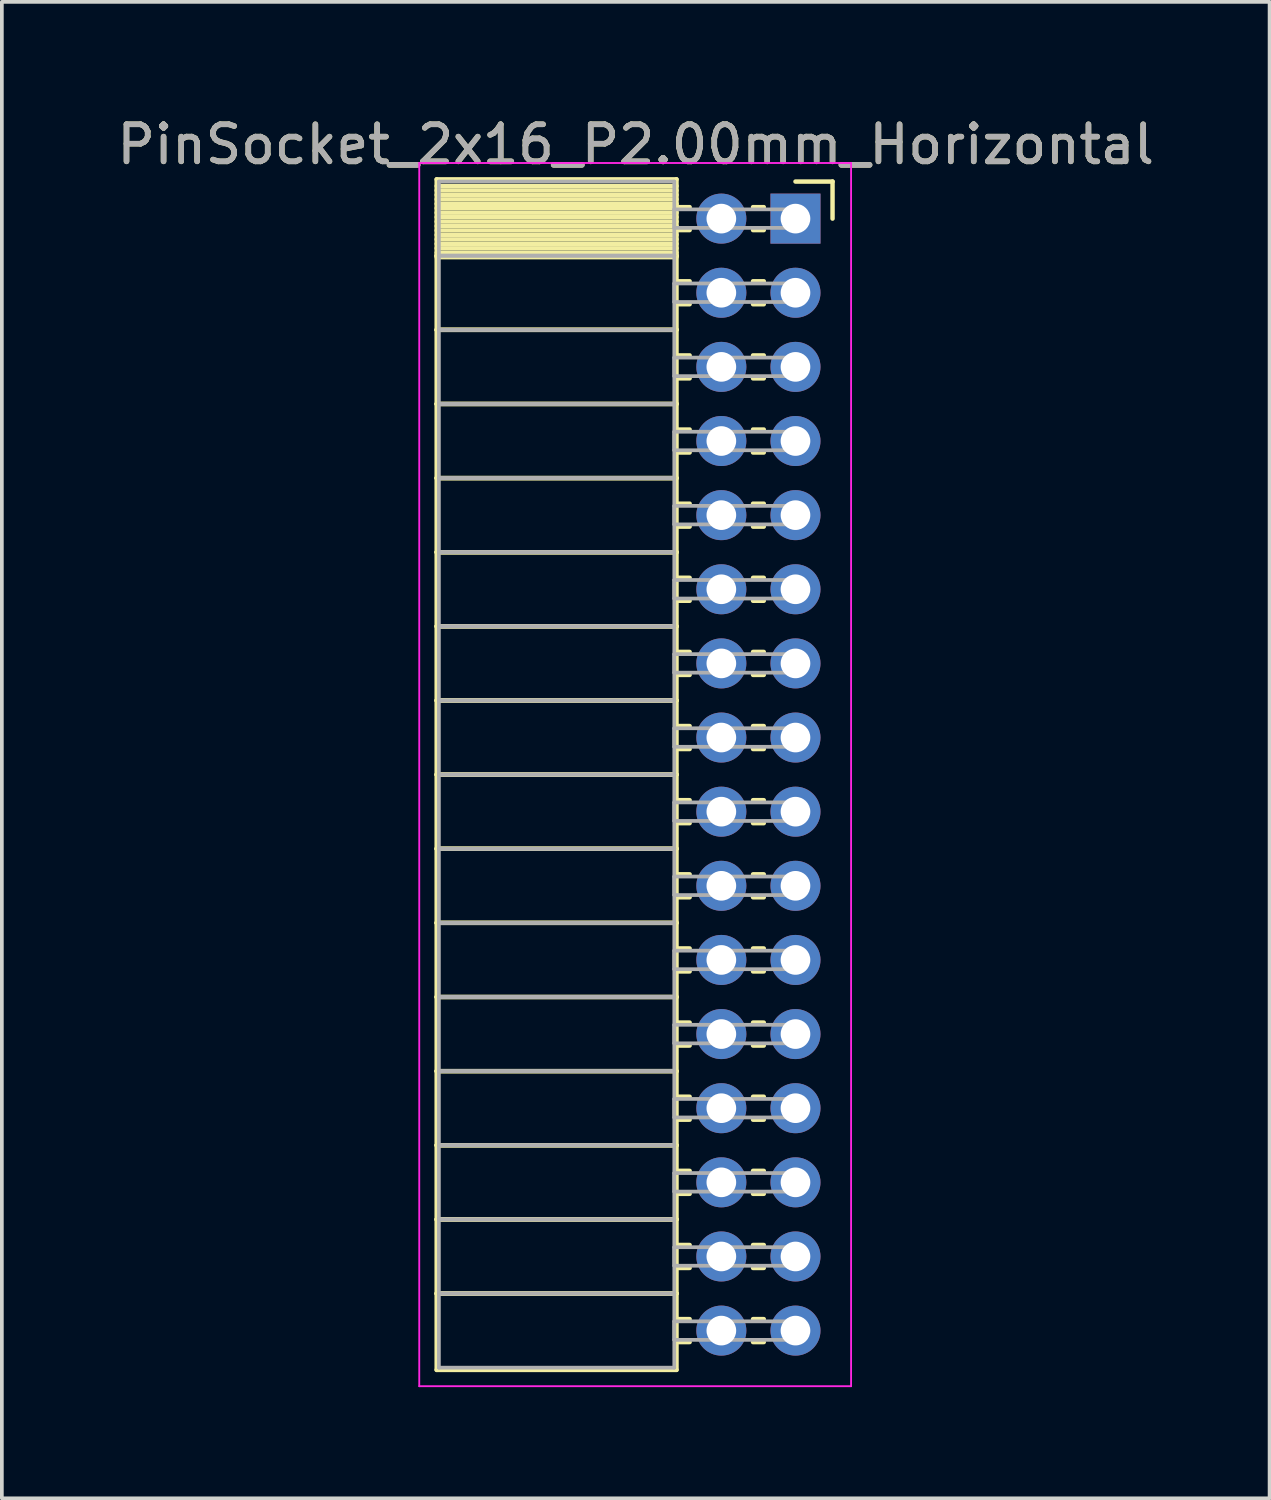
<source format=kicad_pcb>
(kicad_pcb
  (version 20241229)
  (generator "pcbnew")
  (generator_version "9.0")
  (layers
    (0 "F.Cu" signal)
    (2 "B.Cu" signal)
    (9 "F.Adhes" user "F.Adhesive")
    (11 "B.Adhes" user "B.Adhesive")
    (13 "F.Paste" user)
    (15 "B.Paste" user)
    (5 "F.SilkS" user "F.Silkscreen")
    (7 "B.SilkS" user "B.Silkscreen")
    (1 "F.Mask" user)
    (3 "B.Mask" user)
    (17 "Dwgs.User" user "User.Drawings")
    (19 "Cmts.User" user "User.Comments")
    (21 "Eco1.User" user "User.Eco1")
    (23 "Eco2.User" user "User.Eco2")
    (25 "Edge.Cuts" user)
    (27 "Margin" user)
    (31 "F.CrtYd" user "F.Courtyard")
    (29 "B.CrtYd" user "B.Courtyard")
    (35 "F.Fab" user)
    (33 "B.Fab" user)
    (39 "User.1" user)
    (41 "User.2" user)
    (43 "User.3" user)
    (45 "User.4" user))
  (footprint "PinSocket_2x16_P2.00mm_Horizontal"
    (layer "F.Cu")
    (at 18.411 2.848)
    (property "Reference" "PinSocket_2x16_P2.00mm_Horizontal" (at -4.31 -2 0) (layer "F.SilkS") (effects (font (size 1 1) (thickness 0.15))))
    (attr through_hole)
    (fp_line (start -9.68 -1.06) (end -3.21 -1.06) (stroke (width 0.12) (type solid)) (layer "F.SilkS"))
    (fp_line (start -9.68 1) (end -9.68 -1.06) (stroke (width 0.12) (type solid)) (layer "F.SilkS"))
    (fp_line (start -9.68 1) (end -3.21 1) (stroke (width 0.12) (type solid)) (layer "F.SilkS"))
    (fp_line (start -9.68 3) (end -9.68 1) (stroke (width 0.12) (type solid)) (layer "F.SilkS"))
    (fp_line (start -9.68 3) (end -3.21 3) (stroke (width 0.12) (type solid)) (layer "F.SilkS"))
    (fp_line (start -9.68 5) (end -9.68 3) (stroke (width 0.12) (type solid)) (layer "F.SilkS"))
    (fp_line (start -9.68 5) (end -3.21 5) (stroke (width 0.12) (type solid)) (layer "F.SilkS"))
    (fp_line (start -9.68 7) (end -9.68 5) (stroke (width 0.12) (type solid)) (layer "F.SilkS"))
    (fp_line (start -9.68 7) (end -3.21 7) (stroke (width 0.12) (type solid)) (layer "F.SilkS"))
    (fp_line (start -9.68 9) (end -9.68 7) (stroke (width 0.12) (type solid)) (layer "F.SilkS"))
    (fp_line (start -9.68 9) (end -3.21 9) (stroke (width 0.12) (type solid)) (layer "F.SilkS"))
    (fp_line (start -9.68 11) (end -9.68 9) (stroke (width 0.12) (type solid)) (layer "F.SilkS"))
    (fp_line (start -9.68 11) (end -3.21 11) (stroke (width 0.12) (type solid)) (layer "F.SilkS"))
    (fp_line (start -9.68 13) (end -9.68 11) (stroke (width 0.12) (type solid)) (layer "F.SilkS"))
    (fp_line (start -9.68 13) (end -3.21 13) (stroke (width 0.12) (type solid)) (layer "F.SilkS"))
    (fp_line (start -9.68 15) (end -9.68 13) (stroke (width 0.12) (type solid)) (layer "F.SilkS"))
    (fp_line (start -9.68 15) (end -3.21 15) (stroke (width 0.12) (type solid)) (layer "F.SilkS"))
    (fp_line (start -9.68 17) (end -9.68 15) (stroke (width 0.12) (type solid)) (layer "F.SilkS"))
    (fp_line (start -9.68 17) (end -3.21 17) (stroke (width 0.12) (type solid)) (layer "F.SilkS"))
    (fp_line (start -9.68 19) (end -9.68 17) (stroke (width 0.12) (type solid)) (layer "F.SilkS"))
    (fp_line (start -9.68 19) (end -3.21 19) (stroke (width 0.12) (type solid)) (layer "F.SilkS"))
    (fp_line (start -9.68 21) (end -9.68 19) (stroke (width 0.12) (type solid)) (layer "F.SilkS"))
    (fp_line (start -9.68 21) (end -3.21 21) (stroke (width 0.12) (type solid)) (layer "F.SilkS"))
    (fp_line (start -9.68 23) (end -9.68 21) (stroke (width 0.12) (type solid)) (layer "F.SilkS"))
    (fp_line (start -9.68 23) (end -3.21 23) (stroke (width 0.12) (type solid)) (layer "F.SilkS"))
    (fp_line (start -9.68 25) (end -9.68 23) (stroke (width 0.12) (type solid)) (layer "F.SilkS"))
    (fp_line (start -9.68 25) (end -3.21 25) (stroke (width 0.12) (type solid)) (layer "F.SilkS"))
    (fp_line (start -9.68 27) (end -9.68 25) (stroke (width 0.12) (type solid)) (layer "F.SilkS"))
    (fp_line (start -9.68 27) (end -3.21 27) (stroke (width 0.12) (type solid)) (layer "F.SilkS"))
    (fp_line (start -9.68 29) (end -9.68 27) (stroke (width 0.12) (type solid)) (layer "F.SilkS"))
    (fp_line (start -9.68 29) (end -3.21 29) (stroke (width 0.12) (type solid)) (layer "F.SilkS"))
    (fp_line (start -9.68 31.06) (end -9.68 29) (stroke (width 0.12) (type solid)) (layer "F.SilkS"))
    (fp_line (start -3.21 -1.06) (end -3.21 1) (stroke (width 0.12) (type solid)) (layer "F.SilkS"))
    (fp_line (start -3.21 -0.88) (end -9.68 -0.88) (stroke (width 0.12) (type solid)) (layer "F.SilkS"))
    (fp_line (start -3.21 -0.76) (end -9.68 -0.76) (stroke (width 0.12) (type solid)) (layer "F.SilkS"))
    (fp_line (start -3.21 -0.64) (end -9.68 -0.64) (stroke (width 0.12) (type solid)) (layer "F.SilkS"))
    (fp_line (start -3.21 -0.52) (end -9.68 -0.52) (stroke (width 0.12) (type solid)) (layer "F.SilkS"))
    (fp_line (start -3.21 -0.4) (end -9.68 -0.4) (stroke (width 0.12) (type solid)) (layer "F.SilkS"))
    (fp_line (start -3.21 -0.28) (end -9.68 -0.28) (stroke (width 0.12) (type solid)) (layer "F.SilkS"))
    (fp_line (start -3.21 -0.16) (end -9.68 -0.16) (stroke (width 0.12) (type solid)) (layer "F.SilkS"))
    (fp_line (start -3.21 -0.04) (end -9.68 -0.04) (stroke (width 0.12) (type solid)) (layer "F.SilkS"))
    (fp_line (start -3.21 0.08) (end -9.68 0.08) (stroke (width 0.12) (type solid)) (layer "F.SilkS"))
    (fp_line (start -3.21 0.2) (end -9.68 0.2) (stroke (width 0.12) (type solid)) (layer "F.SilkS"))
    (fp_line (start -3.21 0.32) (end -9.68 0.32) (stroke (width 0.12) (type solid)) (layer "F.SilkS"))
    (fp_line (start -3.21 0.44) (end -9.68 0.44) (stroke (width 0.12) (type solid)) (layer "F.SilkS"))
    (fp_line (start -3.21 0.56) (end -9.68 0.56) (stroke (width 0.12) (type solid)) (layer "F.SilkS"))
    (fp_line (start -3.21 0.68) (end -9.68 0.68) (stroke (width 0.12) (type solid)) (layer "F.SilkS"))
    (fp_line (start -3.21 0.8) (end -9.68 0.8) (stroke (width 0.12) (type solid)) (layer "F.SilkS"))
    (fp_line (start -3.21 0.92) (end -9.68 0.92) (stroke (width 0.12) (type solid)) (layer "F.SilkS"))
    (fp_line (start -3.21 1) (end -9.68 1) (stroke (width 0.12) (type solid)) (layer "F.SilkS"))
    (fp_line (start -3.21 1) (end -3.21 3) (stroke (width 0.12) (type solid)) (layer "F.SilkS"))
    (fp_line (start -3.21 1.04) (end -9.68 1.04) (stroke (width 0.12) (type solid)) (layer "F.SilkS"))
    (fp_line (start -3.21 3) (end -9.68 3) (stroke (width 0.12) (type solid)) (layer "F.SilkS"))
    (fp_line (start -3.21 3) (end -3.21 5) (stroke (width 0.12) (type solid)) (layer "F.SilkS"))
    (fp_line (start -3.21 5) (end -9.68 5) (stroke (width 0.12) (type solid)) (layer "F.SilkS"))
    (fp_line (start -3.21 5) (end -3.21 7) (stroke (width 0.12) (type solid)) (layer "F.SilkS"))
    (fp_line (start -3.21 7) (end -9.68 7) (stroke (width 0.12) (type solid)) (layer "F.SilkS"))
    (fp_line (start -3.21 7) (end -3.21 9) (stroke (width 0.12) (type solid)) (layer "F.SilkS"))
    (fp_line (start -3.21 9) (end -9.68 9) (stroke (width 0.12) (type solid)) (layer "F.SilkS"))
    (fp_line (start -3.21 9) (end -3.21 11) (stroke (width 0.12) (type solid)) (layer "F.SilkS"))
    (fp_line (start -3.21 11) (end -9.68 11) (stroke (width 0.12) (type solid)) (layer "F.SilkS"))
    (fp_line (start -3.21 11) (end -3.21 13) (stroke (width 0.12) (type solid)) (layer "F.SilkS"))
    (fp_line (start -3.21 13) (end -9.68 13) (stroke (width 0.12) (type solid)) (layer "F.SilkS"))
    (fp_line (start -3.21 13) (end -3.21 15) (stroke (width 0.12) (type solid)) (layer "F.SilkS"))
    (fp_line (start -3.21 15) (end -9.68 15) (stroke (width 0.12) (type solid)) (layer "F.SilkS"))
    (fp_line (start -3.21 15) (end -3.21 17) (stroke (width 0.12) (type solid)) (layer "F.SilkS"))
    (fp_line (start -3.21 17) (end -9.68 17) (stroke (width 0.12) (type solid)) (layer "F.SilkS"))
    (fp_line (start -3.21 17) (end -3.21 19) (stroke (width 0.12) (type solid)) (layer "F.SilkS"))
    (fp_line (start -3.21 19) (end -9.68 19) (stroke (width 0.12) (type solid)) (layer "F.SilkS"))
    (fp_line (start -3.21 19) (end -3.21 21) (stroke (width 0.12) (type solid)) (layer "F.SilkS"))
    (fp_line (start -3.21 21) (end -9.68 21) (stroke (width 0.12) (type solid)) (layer "F.SilkS"))
    (fp_line (start -3.21 21) (end -3.21 23) (stroke (width 0.12) (type solid)) (layer "F.SilkS"))
    (fp_line (start -3.21 23) (end -9.68 23) (stroke (width 0.12) (type solid)) (layer "F.SilkS"))
    (fp_line (start -3.21 23) (end -3.21 25) (stroke (width 0.12) (type solid)) (layer "F.SilkS"))
    (fp_line (start -3.21 25) (end -9.68 25) (stroke (width 0.12) (type solid)) (layer "F.SilkS"))
    (fp_line (start -3.21 25) (end -3.21 27) (stroke (width 0.12) (type solid)) (layer "F.SilkS"))
    (fp_line (start -3.21 27) (end -9.68 27) (stroke (width 0.12) (type solid)) (layer "F.SilkS"))
    (fp_line (start -3.21 27) (end -3.21 29) (stroke (width 0.12) (type solid)) (layer "F.SilkS"))
    (fp_line (start -3.21 29) (end -9.68 29) (stroke (width 0.12) (type solid)) (layer "F.SilkS"))
    (fp_line (start -3.21 29) (end -3.21 31.06) (stroke (width 0.12) (type solid)) (layer "F.SilkS"))
    (fp_line (start -3.21 31.06) (end -9.68 31.06) (stroke (width 0.12) (type solid)) (layer "F.SilkS"))
    (fp_line (start -2.855 -0.31) (end -3.21 -0.31) (stroke (width 0.12) (type solid)) (layer "F.SilkS"))
    (fp_line (start -2.855 0.31) (end -3.21 0.31) (stroke (width 0.12) (type solid)) (layer "F.SilkS"))
    (fp_line (start -2.855 1.69) (end -3.21 1.69) (stroke (width 0.12) (type solid)) (layer "F.SilkS"))
    (fp_line (start -2.855 2.31) (end -3.21 2.31) (stroke (width 0.12) (type solid)) (layer "F.SilkS"))
    (fp_line (start -2.855 3.69) (end -3.21 3.69) (stroke (width 0.12) (type solid)) (layer "F.SilkS"))
    (fp_line (start -2.855 4.31) (end -3.21 4.31) (stroke (width 0.12) (type solid)) (layer "F.SilkS"))
    (fp_line (start -2.855 5.69) (end -3.21 5.69) (stroke (width 0.12) (type solid)) (layer "F.SilkS"))
    (fp_line (start -2.855 6.31) (end -3.21 6.31) (stroke (width 0.12) (type solid)) (layer "F.SilkS"))
    (fp_line (start -2.855 7.69) (end -3.21 7.69) (stroke (width 0.12) (type solid)) (layer "F.SilkS"))
    (fp_line (start -2.855 8.31) (end -3.21 8.31) (stroke (width 0.12) (type solid)) (layer "F.SilkS"))
    (fp_line (start -2.855 9.69) (end -3.21 9.69) (stroke (width 0.12) (type solid)) (layer "F.SilkS"))
    (fp_line (start -2.855 10.31) (end -3.21 10.31) (stroke (width 0.12) (type solid)) (layer "F.SilkS"))
    (fp_line (start -2.855 11.69) (end -3.21 11.69) (stroke (width 0.12) (type solid)) (layer "F.SilkS"))
    (fp_line (start -2.855 12.31) (end -3.21 12.31) (stroke (width 0.12) (type solid)) (layer "F.SilkS"))
    (fp_line (start -2.855 13.69) (end -3.21 13.69) (stroke (width 0.12) (type solid)) (layer "F.SilkS"))
    (fp_line (start -2.855 14.31) (end -3.21 14.31) (stroke (width 0.12) (type solid)) (layer "F.SilkS"))
    (fp_line (start -2.855 15.69) (end -3.21 15.69) (stroke (width 0.12) (type solid)) (layer "F.SilkS"))
    (fp_line (start -2.855 16.31) (end -3.21 16.31) (stroke (width 0.12) (type solid)) (layer "F.SilkS"))
    (fp_line (start -2.855 17.69) (end -3.21 17.69) (stroke (width 0.12) (type solid)) (layer "F.SilkS"))
    (fp_line (start -2.855 18.31) (end -3.21 18.31) (stroke (width 0.12) (type solid)) (layer "F.SilkS"))
    (fp_line (start -2.855 19.69) (end -3.21 19.69) (stroke (width 0.12) (type solid)) (layer "F.SilkS"))
    (fp_line (start -2.855 20.31) (end -3.21 20.31) (stroke (width 0.12) (type solid)) (layer "F.SilkS"))
    (fp_line (start -2.855 21.69) (end -3.21 21.69) (stroke (width 0.12) (type solid)) (layer "F.SilkS"))
    (fp_line (start -2.855 22.31) (end -3.21 22.31) (stroke (width 0.12) (type solid)) (layer "F.SilkS"))
    (fp_line (start -2.855 23.69) (end -3.21 23.69) (stroke (width 0.12) (type solid)) (layer "F.SilkS"))
    (fp_line (start -2.855 24.31) (end -3.21 24.31) (stroke (width 0.12) (type solid)) (layer "F.SilkS"))
    (fp_line (start -2.855 25.69) (end -3.21 25.69) (stroke (width 0.12) (type solid)) (layer "F.SilkS"))
    (fp_line (start -2.855 26.31) (end -3.21 26.31) (stroke (width 0.12) (type solid)) (layer "F.SilkS"))
    (fp_line (start -2.855 27.69) (end -3.21 27.69) (stroke (width 0.12) (type solid)) (layer "F.SilkS"))
    (fp_line (start -2.855 28.31) (end -3.21 28.31) (stroke (width 0.12) (type solid)) (layer "F.SilkS"))
    (fp_line (start -2.855 29.69) (end -3.21 29.69) (stroke (width 0.12) (type solid)) (layer "F.SilkS"))
    (fp_line (start -2.855 30.31) (end -3.21 30.31) (stroke (width 0.12) (type solid)) (layer "F.SilkS"))
    (fp_line (start -0.855 -0.31) (end -1.145 -0.31) (stroke (width 0.12) (type solid)) (layer "F.SilkS"))
    (fp_line (start -0.855 0.31) (end -1.145 0.31) (stroke (width 0.12) (type solid)) (layer "F.SilkS"))
    (fp_line (start -0.855 1.69) (end -1.145 1.69) (stroke (width 0.12) (type solid)) (layer "F.SilkS"))
    (fp_line (start -0.855 2.31) (end -1.145 2.31) (stroke (width 0.12) (type solid)) (layer "F.SilkS"))
    (fp_line (start -0.855 3.69) (end -1.145 3.69) (stroke (width 0.12) (type solid)) (layer "F.SilkS"))
    (fp_line (start -0.855 4.31) (end -1.145 4.31) (stroke (width 0.12) (type solid)) (layer "F.SilkS"))
    (fp_line (start -0.855 5.69) (end -1.145 5.69) (stroke (width 0.12) (type solid)) (layer "F.SilkS"))
    (fp_line (start -0.855 6.31) (end -1.145 6.31) (stroke (width 0.12) (type solid)) (layer "F.SilkS"))
    (fp_line (start -0.855 7.69) (end -1.145 7.69) (stroke (width 0.12) (type solid)) (layer "F.SilkS"))
    (fp_line (start -0.855 8.31) (end -1.145 8.31) (stroke (width 0.12) (type solid)) (layer "F.SilkS"))
    (fp_line (start -0.855 9.69) (end -1.145 9.69) (stroke (width 0.12) (type solid)) (layer "F.SilkS"))
    (fp_line (start -0.855 10.31) (end -1.145 10.31) (stroke (width 0.12) (type solid)) (layer "F.SilkS"))
    (fp_line (start -0.855 11.69) (end -1.145 11.69) (stroke (width 0.12) (type solid)) (layer "F.SilkS"))
    (fp_line (start -0.855 12.31) (end -1.145 12.31) (stroke (width 0.12) (type solid)) (layer "F.SilkS"))
    (fp_line (start -0.855 13.69) (end -1.145 13.69) (stroke (width 0.12) (type solid)) (layer "F.SilkS"))
    (fp_line (start -0.855 14.31) (end -1.145 14.31) (stroke (width 0.12) (type solid)) (layer "F.SilkS"))
    (fp_line (start -0.855 15.69) (end -1.145 15.69) (stroke (width 0.12) (type solid)) (layer "F.SilkS"))
    (fp_line (start -0.855 16.31) (end -1.145 16.31) (stroke (width 0.12) (type solid)) (layer "F.SilkS"))
    (fp_line (start -0.855 17.69) (end -1.145 17.69) (stroke (width 0.12) (type solid)) (layer "F.SilkS"))
    (fp_line (start -0.855 18.31) (end -1.145 18.31) (stroke (width 0.12) (type solid)) (layer "F.SilkS"))
    (fp_line (start -0.855 19.69) (end -1.145 19.69) (stroke (width 0.12) (type solid)) (layer "F.SilkS"))
    (fp_line (start -0.855 20.31) (end -1.145 20.31) (stroke (width 0.12) (type solid)) (layer "F.SilkS"))
    (fp_line (start -0.855 21.69) (end -1.145 21.69) (stroke (width 0.12) (type solid)) (layer "F.SilkS"))
    (fp_line (start -0.855 22.31) (end -1.145 22.31) (stroke (width 0.12) (type solid)) (layer "F.SilkS"))
    (fp_line (start -0.855 23.69) (end -1.145 23.69) (stroke (width 0.12) (type solid)) (layer "F.SilkS"))
    (fp_line (start -0.855 24.31) (end -1.145 24.31) (stroke (width 0.12) (type solid)) (layer "F.SilkS"))
    (fp_line (start -0.855 25.69) (end -1.145 25.69) (stroke (width 0.12) (type solid)) (layer "F.SilkS"))
    (fp_line (start -0.855 26.31) (end -1.145 26.31) (stroke (width 0.12) (type solid)) (layer "F.SilkS"))
    (fp_line (start -0.855 27.69) (end -1.145 27.69) (stroke (width 0.12) (type solid)) (layer "F.SilkS"))
    (fp_line (start -0.855 28.31) (end -1.145 28.31) (stroke (width 0.12) (type solid)) (layer "F.SilkS"))
    (fp_line (start -0.855 29.69) (end -1.145 29.69) (stroke (width 0.12) (type solid)) (layer "F.SilkS"))
    (fp_line (start -0.855 30.31) (end -1.145 30.31) (stroke (width 0.12) (type solid)) (layer "F.SilkS"))
    (fp_line (start 0 -1) (end 1 -1) (stroke (width 0.12) (type solid)) (layer "F.SilkS"))
    (fp_line (start 1 -1) (end 1 0) (stroke (width 0.12) (type solid)) (layer "F.SilkS"))
    (fp_line (start -10.15 -1.5) (end 1.5 -1.5) (stroke (width 0.05) (type solid)) (layer "F.CrtYd"))
    (fp_line (start -10.15 31.5) (end -10.15 -1.5) (stroke (width 0.05) (type solid)) (layer "F.CrtYd"))
    (fp_line (start 1.5 -1.5) (end 1.5 31.5) (stroke (width 0.05) (type solid)) (layer "F.CrtYd"))
    (fp_line (start 1.5 31.5) (end -10.15 31.5) (stroke (width 0.05) (type solid)) (layer "F.CrtYd"))
    (fp_line (start -9.62 -1) (end -3.27 -1) (stroke (width 0.1) (type solid)) (layer "F.Fab"))
    (fp_line (start -9.62 1) (end -9.62 -1) (stroke (width 0.1) (type solid)) (layer "F.Fab"))
    (fp_line (start -9.62 1) (end -3.27 1) (stroke (width 0.1) (type solid)) (layer "F.Fab"))
    (fp_line (start -9.62 3) (end -9.62 1) (stroke (width 0.1) (type solid)) (layer "F.Fab"))
    (fp_line (start -9.62 3) (end -3.27 3) (stroke (width 0.1) (type solid)) (layer "F.Fab"))
    (fp_line (start -9.62 5) (end -9.62 3) (stroke (width 0.1) (type solid)) (layer "F.Fab"))
    (fp_line (start -9.62 5) (end -3.27 5) (stroke (width 0.1) (type solid)) (layer "F.Fab"))
    (fp_line (start -9.62 7) (end -9.62 5) (stroke (width 0.1) (type solid)) (layer "F.Fab"))
    (fp_line (start -9.62 7) (end -3.27 7) (stroke (width 0.1) (type solid)) (layer "F.Fab"))
    (fp_line (start -9.62 9) (end -9.62 7) (stroke (width 0.1) (type solid)) (layer "F.Fab"))
    (fp_line (start -9.62 9) (end -3.27 9) (stroke (width 0.1) (type solid)) (layer "F.Fab"))
    (fp_line (start -9.62 11) (end -9.62 9) (stroke (width 0.1) (type solid)) (layer "F.Fab"))
    (fp_line (start -9.62 11) (end -3.27 11) (stroke (width 0.1) (type solid)) (layer "F.Fab"))
    (fp_line (start -9.62 13) (end -9.62 11) (stroke (width 0.1) (type solid)) (layer "F.Fab"))
    (fp_line (start -9.62 13) (end -3.27 13) (stroke (width 0.1) (type solid)) (layer "F.Fab"))
    (fp_line (start -9.62 15) (end -9.62 13) (stroke (width 0.1) (type solid)) (layer "F.Fab"))
    (fp_line (start -9.62 15) (end -3.27 15) (stroke (width 0.1) (type solid)) (layer "F.Fab"))
    (fp_line (start -9.62 17) (end -9.62 15) (stroke (width 0.1) (type solid)) (layer "F.Fab"))
    (fp_line (start -9.62 17) (end -3.27 17) (stroke (width 0.1) (type solid)) (layer "F.Fab"))
    (fp_line (start -9.62 19) (end -9.62 17) (stroke (width 0.1) (type solid)) (layer "F.Fab"))
    (fp_line (start -9.62 19) (end -3.27 19) (stroke (width 0.1) (type solid)) (layer "F.Fab"))
    (fp_line (start -9.62 21) (end -9.62 19) (stroke (width 0.1) (type solid)) (layer "F.Fab"))
    (fp_line (start -9.62 21) (end -3.27 21) (stroke (width 0.1) (type solid)) (layer "F.Fab"))
    (fp_line (start -9.62 23) (end -9.62 21) (stroke (width 0.1) (type solid)) (layer "F.Fab"))
    (fp_line (start -9.62 23) (end -3.27 23) (stroke (width 0.1) (type solid)) (layer "F.Fab"))
    (fp_line (start -9.62 25) (end -9.62 23) (stroke (width 0.1) (type solid)) (layer "F.Fab"))
    (fp_line (start -9.62 25) (end -3.27 25) (stroke (width 0.1) (type solid)) (layer "F.Fab"))
    (fp_line (start -9.62 27) (end -9.62 25) (stroke (width 0.1) (type solid)) (layer "F.Fab"))
    (fp_line (start -9.62 27) (end -3.27 27) (stroke (width 0.1) (type solid)) (layer "F.Fab"))
    (fp_line (start -9.62 29) (end -9.62 27) (stroke (width 0.1) (type solid)) (layer "F.Fab"))
    (fp_line (start -9.62 29) (end -3.27 29) (stroke (width 0.1) (type solid)) (layer "F.Fab"))
    (fp_line (start -9.62 31) (end -9.62 29) (stroke (width 0.1) (type solid)) (layer "F.Fab"))
    (fp_line (start -3.27 -1) (end -3.27 1) (stroke (width 0.1) (type solid)) (layer "F.Fab"))
    (fp_line (start -3.27 -0.25) (end 0 -0.25) (stroke (width 0.1) (type solid)) (layer "F.Fab"))
    (fp_line (start -3.27 0.25) (end -3.27 -0.25) (stroke (width 0.1) (type solid)) (layer "F.Fab"))
    (fp_line (start -3.27 1) (end -9.62 1) (stroke (width 0.1) (type solid)) (layer "F.Fab"))
    (fp_line (start -3.27 1) (end -3.27 3) (stroke (width 0.1) (type solid)) (layer "F.Fab"))
    (fp_line (start -3.27 1.75) (end 0 1.75) (stroke (width 0.1) (type solid)) (layer "F.Fab"))
    (fp_line (start -3.27 2.25) (end -3.27 1.75) (stroke (width 0.1) (type solid)) (layer "F.Fab"))
    (fp_line (start -3.27 3) (end -9.62 3) (stroke (width 0.1) (type solid)) (layer "F.Fab"))
    (fp_line (start -3.27 3) (end -3.27 5) (stroke (width 0.1) (type solid)) (layer "F.Fab"))
    (fp_line (start -3.27 3.75) (end 0 3.75) (stroke (width 0.1) (type solid)) (layer "F.Fab"))
    (fp_line (start -3.27 4.25) (end -3.27 3.75) (stroke (width 0.1) (type solid)) (layer "F.Fab"))
    (fp_line (start -3.27 5) (end -9.62 5) (stroke (width 0.1) (type solid)) (layer "F.Fab"))
    (fp_line (start -3.27 5) (end -3.27 7) (stroke (width 0.1) (type solid)) (layer "F.Fab"))
    (fp_line (start -3.27 5.75) (end 0 5.75) (stroke (width 0.1) (type solid)) (layer "F.Fab"))
    (fp_line (start -3.27 6.25) (end -3.27 5.75) (stroke (width 0.1) (type solid)) (layer "F.Fab"))
    (fp_line (start -3.27 7) (end -9.62 7) (stroke (width 0.1) (type solid)) (layer "F.Fab"))
    (fp_line (start -3.27 7) (end -3.27 9) (stroke (width 0.1) (type solid)) (layer "F.Fab"))
    (fp_line (start -3.27 7.75) (end 0 7.75) (stroke (width 0.1) (type solid)) (layer "F.Fab"))
    (fp_line (start -3.27 8.25) (end -3.27 7.75) (stroke (width 0.1) (type solid)) (layer "F.Fab"))
    (fp_line (start -3.27 9) (end -9.62 9) (stroke (width 0.1) (type solid)) (layer "F.Fab"))
    (fp_line (start -3.27 9) (end -3.27 11) (stroke (width 0.1) (type solid)) (layer "F.Fab"))
    (fp_line (start -3.27 9.75) (end 0 9.75) (stroke (width 0.1) (type solid)) (layer "F.Fab"))
    (fp_line (start -3.27 10.25) (end -3.27 9.75) (stroke (width 0.1) (type solid)) (layer "F.Fab"))
    (fp_line (start -3.27 11) (end -9.62 11) (stroke (width 0.1) (type solid)) (layer "F.Fab"))
    (fp_line (start -3.27 11) (end -3.27 13) (stroke (width 0.1) (type solid)) (layer "F.Fab"))
    (fp_line (start -3.27 11.75) (end 0 11.75) (stroke (width 0.1) (type solid)) (layer "F.Fab"))
    (fp_line (start -3.27 12.25) (end -3.27 11.75) (stroke (width 0.1) (type solid)) (layer "F.Fab"))
    (fp_line (start -3.27 13) (end -9.62 13) (stroke (width 0.1) (type solid)) (layer "F.Fab"))
    (fp_line (start -3.27 13) (end -3.27 15) (stroke (width 0.1) (type solid)) (layer "F.Fab"))
    (fp_line (start -3.27 13.75) (end 0 13.75) (stroke (width 0.1) (type solid)) (layer "F.Fab"))
    (fp_line (start -3.27 14.25) (end -3.27 13.75) (stroke (width 0.1) (type solid)) (layer "F.Fab"))
    (fp_line (start -3.27 15) (end -9.62 15) (stroke (width 0.1) (type solid)) (layer "F.Fab"))
    (fp_line (start -3.27 15) (end -3.27 17) (stroke (width 0.1) (type solid)) (layer "F.Fab"))
    (fp_line (start -3.27 15.75) (end 0 15.75) (stroke (width 0.1) (type solid)) (layer "F.Fab"))
    (fp_line (start -3.27 16.25) (end -3.27 15.75) (stroke (width 0.1) (type solid)) (layer "F.Fab"))
    (fp_line (start -3.27 17) (end -9.62 17) (stroke (width 0.1) (type solid)) (layer "F.Fab"))
    (fp_line (start -3.27 17) (end -3.27 19) (stroke (width 0.1) (type solid)) (layer "F.Fab"))
    (fp_line (start -3.27 17.75) (end 0 17.75) (stroke (width 0.1) (type solid)) (layer "F.Fab"))
    (fp_line (start -3.27 18.25) (end -3.27 17.75) (stroke (width 0.1) (type solid)) (layer "F.Fab"))
    (fp_line (start -3.27 19) (end -9.62 19) (stroke (width 0.1) (type solid)) (layer "F.Fab"))
    (fp_line (start -3.27 19) (end -3.27 21) (stroke (width 0.1) (type solid)) (layer "F.Fab"))
    (fp_line (start -3.27 19.75) (end 0 19.75) (stroke (width 0.1) (type solid)) (layer "F.Fab"))
    (fp_line (start -3.27 20.25) (end -3.27 19.75) (stroke (width 0.1) (type solid)) (layer "F.Fab"))
    (fp_line (start -3.27 21) (end -9.62 21) (stroke (width 0.1) (type solid)) (layer "F.Fab"))
    (fp_line (start -3.27 21) (end -3.27 23) (stroke (width 0.1) (type solid)) (layer "F.Fab"))
    (fp_line (start -3.27 21.75) (end 0 21.75) (stroke (width 0.1) (type solid)) (layer "F.Fab"))
    (fp_line (start -3.27 22.25) (end -3.27 21.75) (stroke (width 0.1) (type solid)) (layer "F.Fab"))
    (fp_line (start -3.27 23) (end -9.62 23) (stroke (width 0.1) (type solid)) (layer "F.Fab"))
    (fp_line (start -3.27 23) (end -3.27 25) (stroke (width 0.1) (type solid)) (layer "F.Fab"))
    (fp_line (start -3.27 23.75) (end 0 23.75) (stroke (width 0.1) (type solid)) (layer "F.Fab"))
    (fp_line (start -3.27 24.25) (end -3.27 23.75) (stroke (width 0.1) (type solid)) (layer "F.Fab"))
    (fp_line (start -3.27 25) (end -9.62 25) (stroke (width 0.1) (type solid)) (layer "F.Fab"))
    (fp_line (start -3.27 25) (end -3.27 27) (stroke (width 0.1) (type solid)) (layer "F.Fab"))
    (fp_line (start -3.27 25.75) (end 0 25.75) (stroke (width 0.1) (type solid)) (layer "F.Fab"))
    (fp_line (start -3.27 26.25) (end -3.27 25.75) (stroke (width 0.1) (type solid)) (layer "F.Fab"))
    (fp_line (start -3.27 27) (end -9.62 27) (stroke (width 0.1) (type solid)) (layer "F.Fab"))
    (fp_line (start -3.27 27) (end -3.27 29) (stroke (width 0.1) (type solid)) (layer "F.Fab"))
    (fp_line (start -3.27 27.75) (end 0 27.75) (stroke (width 0.1) (type solid)) (layer "F.Fab"))
    (fp_line (start -3.27 28.25) (end -3.27 27.75) (stroke (width 0.1) (type solid)) (layer "F.Fab"))
    (fp_line (start -3.27 29) (end -9.62 29) (stroke (width 0.1) (type solid)) (layer "F.Fab"))
    (fp_line (start -3.27 29) (end -3.27 31) (stroke (width 0.1) (type solid)) (layer "F.Fab"))
    (fp_line (start -3.27 29.75) (end 0 29.75) (stroke (width 0.1) (type solid)) (layer "F.Fab"))
    (fp_line (start -3.27 30.25) (end -3.27 29.75) (stroke (width 0.1) (type solid)) (layer "F.Fab"))
    (fp_line (start -3.27 31) (end -9.62 31) (stroke (width 0.1) (type solid)) (layer "F.Fab"))
    (fp_line (start 0 -0.25) (end 0 0.25) (stroke (width 0.1) (type solid)) (layer "F.Fab"))
    (fp_line (start 0 0.25) (end -3.27 0.25) (stroke (width 0.1) (type solid)) (layer "F.Fab"))
    (fp_line (start 0 1.75) (end 0 2.25) (stroke (width 0.1) (type solid)) (layer "F.Fab"))
    (fp_line (start 0 2.25) (end -3.27 2.25) (stroke (width 0.1) (type solid)) (layer "F.Fab"))
    (fp_line (start 0 3.75) (end 0 4.25) (stroke (width 0.1) (type solid)) (layer "F.Fab"))
    (fp_line (start 0 4.25) (end -3.27 4.25) (stroke (width 0.1) (type solid)) (layer "F.Fab"))
    (fp_line (start 0 5.75) (end 0 6.25) (stroke (width 0.1) (type solid)) (layer "F.Fab"))
    (fp_line (start 0 6.25) (end -3.27 6.25) (stroke (width 0.1) (type solid)) (layer "F.Fab"))
    (fp_line (start 0 7.75) (end 0 8.25) (stroke (width 0.1) (type solid)) (layer "F.Fab"))
    (fp_line (start 0 8.25) (end -3.27 8.25) (stroke (width 0.1) (type solid)) (layer "F.Fab"))
    (fp_line (start 0 9.75) (end 0 10.25) (stroke (width 0.1) (type solid)) (layer "F.Fab"))
    (fp_line (start 0 10.25) (end -3.27 10.25) (stroke (width 0.1) (type solid)) (layer "F.Fab"))
    (fp_line (start 0 11.75) (end 0 12.25) (stroke (width 0.1) (type solid)) (layer "F.Fab"))
    (fp_line (start 0 12.25) (end -3.27 12.25) (stroke (width 0.1) (type solid)) (layer "F.Fab"))
    (fp_line (start 0 13.75) (end 0 14.25) (stroke (width 0.1) (type solid)) (layer "F.Fab"))
    (fp_line (start 0 14.25) (end -3.27 14.25) (stroke (width 0.1) (type solid)) (layer "F.Fab"))
    (fp_line (start 0 15.75) (end 0 16.25) (stroke (width 0.1) (type solid)) (layer "F.Fab"))
    (fp_line (start 0 16.25) (end -3.27 16.25) (stroke (width 0.1) (type solid)) (layer "F.Fab"))
    (fp_line (start 0 17.75) (end 0 18.25) (stroke (width 0.1) (type solid)) (layer "F.Fab"))
    (fp_line (start 0 18.25) (end -3.27 18.25) (stroke (width 0.1) (type solid)) (layer "F.Fab"))
    (fp_line (start 0 19.75) (end 0 20.25) (stroke (width 0.1) (type solid)) (layer "F.Fab"))
    (fp_line (start 0 20.25) (end -3.27 20.25) (stroke (width 0.1) (type solid)) (layer "F.Fab"))
    (fp_line (start 0 21.75) (end 0 22.25) (stroke (width 0.1) (type solid)) (layer "F.Fab"))
    (fp_line (start 0 22.25) (end -3.27 22.25) (stroke (width 0.1) (type solid)) (layer "F.Fab"))
    (fp_line (start 0 23.75) (end 0 24.25) (stroke (width 0.1) (type solid)) (layer "F.Fab"))
    (fp_line (start 0 24.25) (end -3.27 24.25) (stroke (width 0.1) (type solid)) (layer "F.Fab"))
    (fp_line (start 0 25.75) (end 0 26.25) (stroke (width 0.1) (type solid)) (layer "F.Fab"))
    (fp_line (start 0 26.25) (end -3.27 26.25) (stroke (width 0.1) (type solid)) (layer "F.Fab"))
    (fp_line (start 0 27.75) (end 0 28.25) (stroke (width 0.1) (type solid)) (layer "F.Fab"))
    (fp_line (start 0 28.25) (end -3.27 28.25) (stroke (width 0.1) (type solid)) (layer "F.Fab"))
    (fp_line (start 0 29.75) (end 0 30.25) (stroke (width 0.1) (type solid)) (layer "F.Fab"))
    (fp_line (start 0 30.25) (end -3.27 30.25) (stroke (width 0.1) (type solid)) (layer "F.Fab"))
    (fp_text user "${REFERENCE}" (at -4.31 -2 0) (layer "F.Fab") (effects (font (size 1 1) (thickness 0.15))))
    (pad "1" thru_hole rect (at 0 0) (size 1.35 1.35) (drill 0.8) (layers "*.Cu" "*.Mask"))
    (pad "2" thru_hole oval (at -2 0) (size 1.35 1.35) (drill 0.8) (layers "*.Cu" "*.Mask"))
    (pad "3" thru_hole oval (at 0 2) (size 1.35 1.35) (drill 0.8) (layers "*.Cu" "*.Mask"))
    (pad "4" thru_hole oval (at -2 2) (size 1.35 1.35) (drill 0.8) (layers "*.Cu" "*.Mask"))
    (pad "5" thru_hole oval (at 0 4) (size 1.35 1.35) (drill 0.8) (layers "*.Cu" "*.Mask"))
    (pad "6" thru_hole oval (at -2 4) (size 1.35 1.35) (drill 0.8) (layers "*.Cu" "*.Mask"))
    (pad "7" thru_hole oval (at 0 6) (size 1.35 1.35) (drill 0.8) (layers "*.Cu" "*.Mask"))
    (pad "8" thru_hole oval (at -2 6) (size 1.35 1.35) (drill 0.8) (layers "*.Cu" "*.Mask"))
    (pad "9" thru_hole oval (at 0 8) (size 1.35 1.35) (drill 0.8) (layers "*.Cu" "*.Mask"))
    (pad "10" thru_hole oval (at -2 8) (size 1.35 1.35) (drill 0.8) (layers "*.Cu" "*.Mask"))
    (pad "11" thru_hole oval (at 0 10) (size 1.35 1.35) (drill 0.8) (layers "*.Cu" "*.Mask"))
    (pad "12" thru_hole oval (at -2 10) (size 1.35 1.35) (drill 0.8) (layers "*.Cu" "*.Mask"))
    (pad "13" thru_hole oval (at 0 12) (size 1.35 1.35) (drill 0.8) (layers "*.Cu" "*.Mask"))
    (pad "14" thru_hole oval (at -2 12) (size 1.35 1.35) (drill 0.8) (layers "*.Cu" "*.Mask"))
    (pad "15" thru_hole oval (at 0 14) (size 1.35 1.35) (drill 0.8) (layers "*.Cu" "*.Mask"))
    (pad "16" thru_hole oval (at -2 14) (size 1.35 1.35) (drill 0.8) (layers "*.Cu" "*.Mask"))
    (pad "17" thru_hole oval (at 0 16) (size 1.35 1.35) (drill 0.8) (layers "*.Cu" "*.Mask"))
    (pad "18" thru_hole oval (at -2 16) (size 1.35 1.35) (drill 0.8) (layers "*.Cu" "*.Mask"))
    (pad "19" thru_hole oval (at 0 18) (size 1.35 1.35) (drill 0.8) (layers "*.Cu" "*.Mask"))
    (pad "20" thru_hole oval (at -2 18) (size 1.35 1.35) (drill 0.8) (layers "*.Cu" "*.Mask"))
    (pad "21" thru_hole oval (at 0 20) (size 1.35 1.35) (drill 0.8) (layers "*.Cu" "*.Mask"))
    (pad "22" thru_hole oval (at -2 20) (size 1.35 1.35) (drill 0.8) (layers "*.Cu" "*.Mask"))
    (pad "23" thru_hole oval (at 0 22) (size 1.35 1.35) (drill 0.8) (layers "*.Cu" "*.Mask"))
    (pad "24" thru_hole oval (at -2 22) (size 1.35 1.35) (drill 0.8) (layers "*.Cu" "*.Mask"))
    (pad "25" thru_hole oval (at 0 24) (size 1.35 1.35) (drill 0.8) (layers "*.Cu" "*.Mask"))
    (pad "26" thru_hole oval (at -2 24) (size 1.35 1.35) (drill 0.8) (layers "*.Cu" "*.Mask"))
    (pad "27" thru_hole oval (at 0 26) (size 1.35 1.35) (drill 0.8) (layers "*.Cu" "*.Mask"))
    (pad "28" thru_hole oval (at -2 26) (size 1.35 1.35) (drill 0.8) (layers "*.Cu" "*.Mask"))
    (pad "29" thru_hole oval (at 0 28) (size 1.35 1.35) (drill 0.8) (layers "*.Cu" "*.Mask"))
    (pad "30" thru_hole oval (at -2 28) (size 1.35 1.35) (drill 0.8) (layers "*.Cu" "*.Mask"))
    (pad "31" thru_hole oval (at 0 30) (size 1.35 1.35) (drill 0.8) (layers "*.Cu" "*.Mask"))
    (pad "32" thru_hole oval (at -2 30) (size 1.35 1.35) (drill 0.8) (layers "*.Cu" "*.Mask")))
  (gr_rect
    (start -3 -3)
    (end 31.202 37.373)
    (stroke (width 0.1) (type default))
    (fill no)
    (layer "Edge.Cuts")))
</source>
